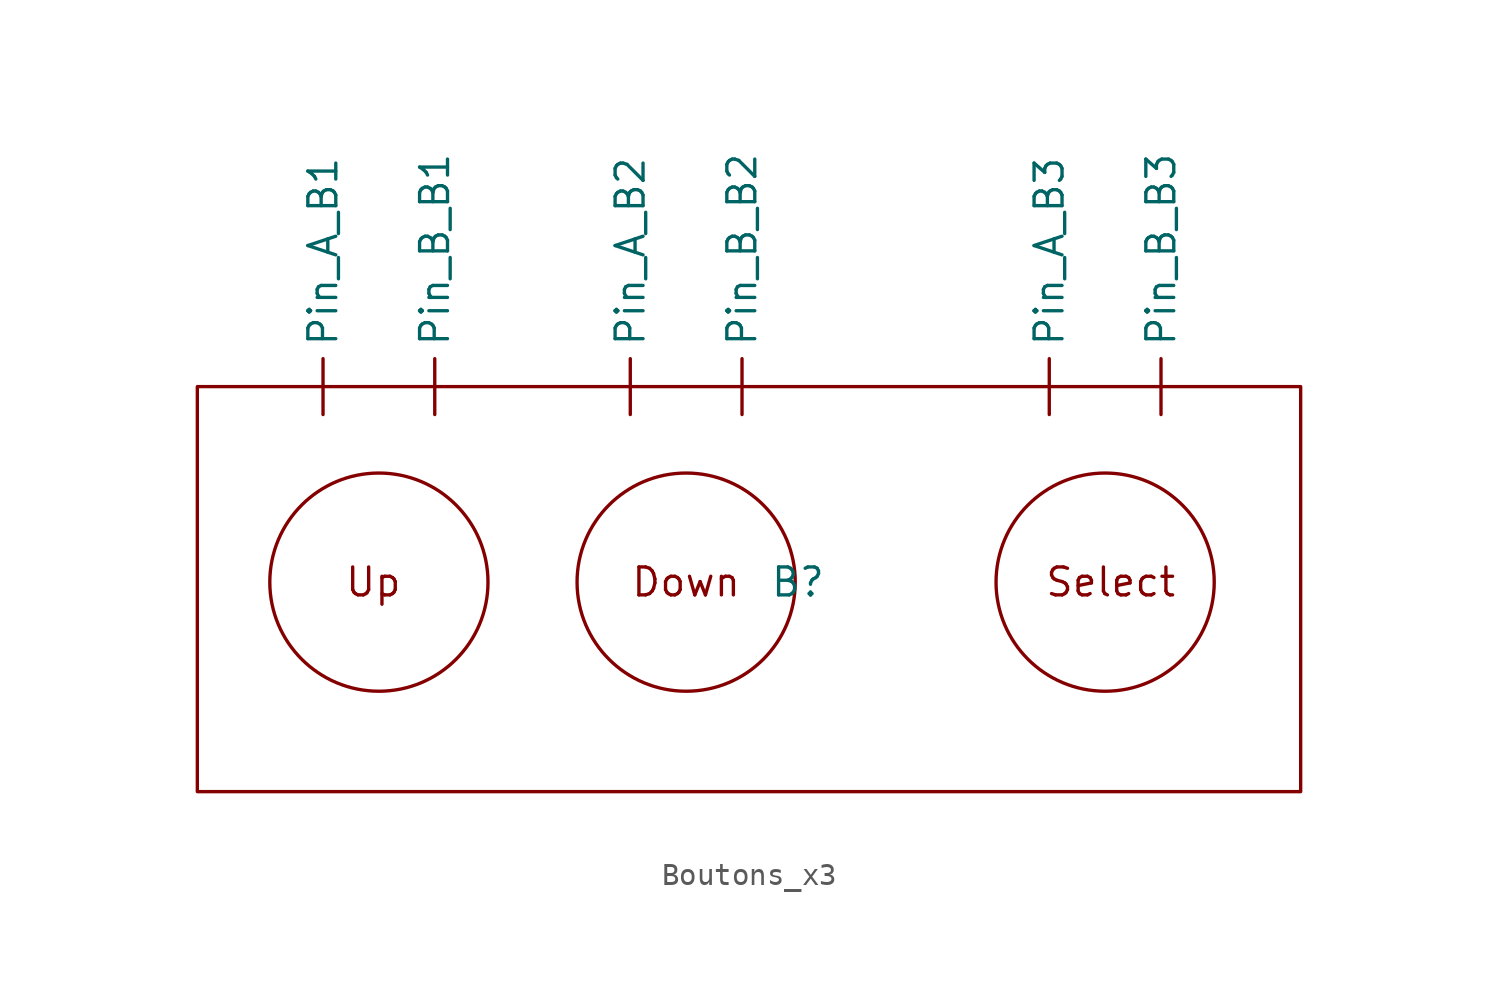
<source format=kicad_sym>
(kicad_symbol_lib
  (version 20231120)
  (generator "kicad_symbol_editor")
  (generator_version "8.0")
  (symbol "Boutons_x3"
    (property "Reference" "B"
      (at 0 0 0)
      (effects (font (size 1.27 1.27))))
    (property "Value" ""
      (at 0 0 0)
      (effects (font (size 1.27 1.27))))
    (symbol "Boutons_x3_0_1"
      (rectangle (start -27.305 8.89) (end 22.86 -9.525) (stroke (width 0) (type default)) (fill (type none)))
      (circle (center -19.05 0) (radius 4.96) (stroke (width 0) (type default)) (fill (type none)))
      (circle (center -5.08 0) (radius 4.96) (stroke (width 0) (type default)) (fill (type none)))
      (circle (center 13.97 0) (radius 4.96) (stroke (width 0) (type default)) (fill (type none))))
    (symbol "Boutons_x3_1_1"
      (text "Down" (at -5.08 0 0) (effects (font (size 1.27 1.27))))
      (text "Select" (at 14.224 0 0) (effects (font (size 1.27 1.27))))
      (text "Up" (at -19.304 0 0) (effects (font (size 1.27 1.27))))
      (pin passive line (at -21.59 7.62 90) (length 2.54) (name "Pin_A_B1" (effects (font (size 1.27 1.27)))) (number "" (effects (font (size 1.27 1.27)))))
      (pin passive line (at -7.62 7.62 90) (length 2.54) (name "Pin_A_B2" (effects (font (size 1.27 1.27)))) (number "" (effects (font (size 1.27 1.27)))))
      (pin passive line (at 11.43 7.62 90) (length 2.54) (name "Pin_A_B3" (effects (font (size 1.27 1.27)))) (number "" (effects (font (size 1.27 1.27)))))
      (pin passive line (at -16.51 7.62 90) (length 2.54) (name "Pin_B_B1" (effects (font (size 1.27 1.27)))) (number "" (effects (font (size 1.27 1.27)))))
      (pin passive line (at -2.54 7.62 90) (length 2.54) (name "Pin_B_B2" (effects (font (size 1.27 1.27)))) (number "" (effects (font (size 1.27 1.27)))))
      (pin passive line (at 16.51 7.62 90) (length 2.54) (name "Pin_B_B3" (effects (font (size 1.27 1.27)))) (number "" (effects (font (size 1.27 1.27))))))))
</source>
